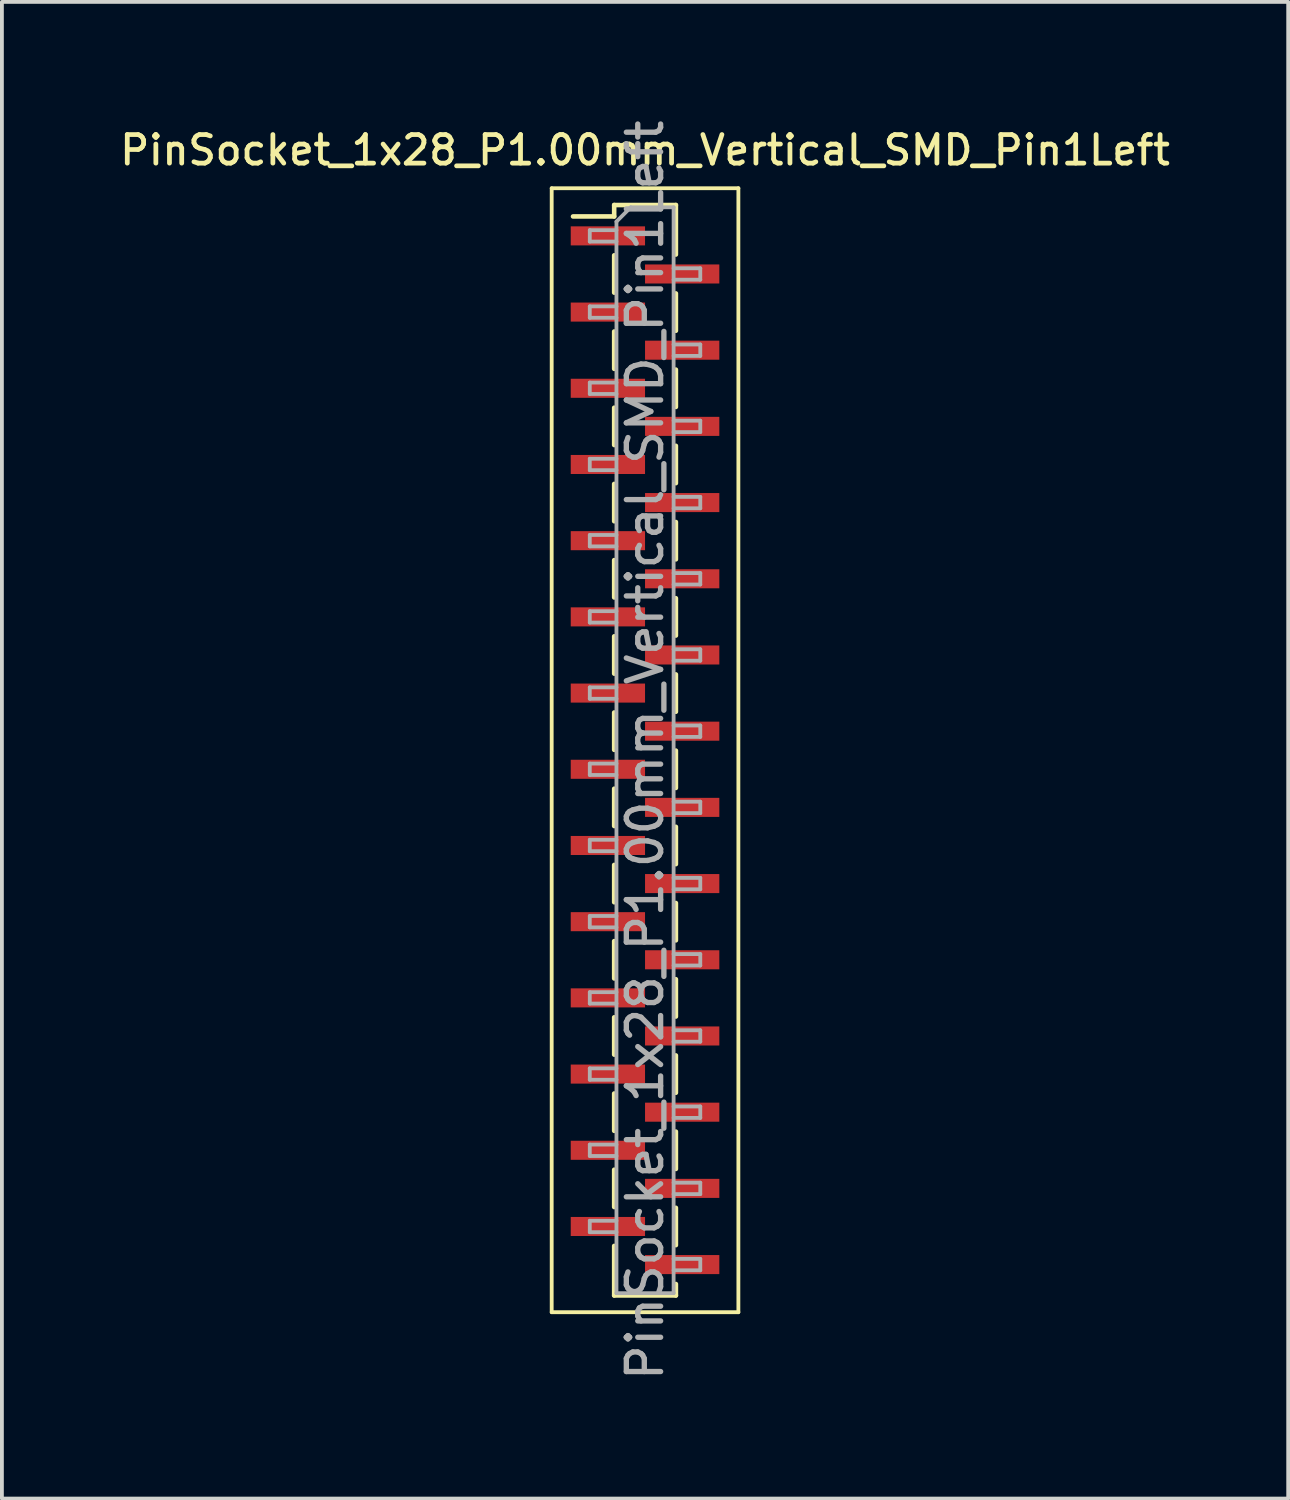
<source format=kicad_pcb>
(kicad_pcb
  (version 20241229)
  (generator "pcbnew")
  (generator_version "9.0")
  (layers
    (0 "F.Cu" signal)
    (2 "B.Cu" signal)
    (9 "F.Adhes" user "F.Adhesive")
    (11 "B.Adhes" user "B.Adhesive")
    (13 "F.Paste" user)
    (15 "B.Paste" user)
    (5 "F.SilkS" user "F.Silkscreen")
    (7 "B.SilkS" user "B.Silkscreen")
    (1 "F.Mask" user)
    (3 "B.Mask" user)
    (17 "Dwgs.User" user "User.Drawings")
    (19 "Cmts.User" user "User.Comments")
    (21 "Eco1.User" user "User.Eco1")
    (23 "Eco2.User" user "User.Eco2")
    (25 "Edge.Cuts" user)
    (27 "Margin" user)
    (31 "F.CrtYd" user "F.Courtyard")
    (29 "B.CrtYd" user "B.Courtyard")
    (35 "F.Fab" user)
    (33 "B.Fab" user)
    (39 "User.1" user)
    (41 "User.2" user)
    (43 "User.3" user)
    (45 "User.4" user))
  (footprint "PinSocket_1x28_P1.00mm_Vertical_SMD_Pin1Left"
    (layer "F.Cu")
    (at 13.88 16.641)
    (property "Reference" "PinSocket_1x28_P1.00mm_Vertical_SMD_Pin1Left" (at 0 -15.75 0) (layer "F.SilkS") (effects (font (size 0.75 0.75) (thickness 0.125))))
    (attr smd)
    (fp_line (start -2.45 -14.75) (end 2.45 -14.75) (stroke (width 0.1) (type solid)) (layer "F.SilkS"))
    (fp_line (start -2.45 14.75) (end -2.45 -14.75) (stroke (width 0.1) (type solid)) (layer "F.SilkS"))
    (fp_line (start -1.89 -14.01) (end -0.81 -14.01) (stroke (width 0.12) (type solid)) (layer "F.SilkS"))
    (fp_line (start -0.81 -14.31) (end -0.81 -14.01) (stroke (width 0.12) (type solid)) (layer "F.SilkS"))
    (fp_line (start -0.81 -14.31) (end 0.81 -14.31) (stroke (width 0.12) (type solid)) (layer "F.SilkS"))
    (fp_line (start -0.81 -12.99) (end -0.81 -12.01) (stroke (width 0.12) (type solid)) (layer "F.SilkS"))
    (fp_line (start -0.81 -10.99) (end -0.81 -10.01) (stroke (width 0.12) (type solid)) (layer "F.SilkS"))
    (fp_line (start -0.81 -8.99) (end -0.81 -8.01) (stroke (width 0.12) (type solid)) (layer "F.SilkS"))
    (fp_line (start -0.81 -6.99) (end -0.81 -6.01) (stroke (width 0.12) (type solid)) (layer "F.SilkS"))
    (fp_line (start -0.81 -4.99) (end -0.81 -4.01) (stroke (width 0.12) (type solid)) (layer "F.SilkS"))
    (fp_line (start -0.81 -2.99) (end -0.81 -2.01) (stroke (width 0.12) (type solid)) (layer "F.SilkS"))
    (fp_line (start -0.81 -0.99) (end -0.81 -0.01) (stroke (width 0.12) (type solid)) (layer "F.SilkS"))
    (fp_line (start -0.81 1.01) (end -0.81 1.99) (stroke (width 0.12) (type solid)) (layer "F.SilkS"))
    (fp_line (start -0.81 3.01) (end -0.81 3.99) (stroke (width 0.12) (type solid)) (layer "F.SilkS"))
    (fp_line (start -0.81 5.01) (end -0.81 5.99) (stroke (width 0.12) (type solid)) (layer "F.SilkS"))
    (fp_line (start -0.81 7.01) (end -0.81 7.99) (stroke (width 0.12) (type solid)) (layer "F.SilkS"))
    (fp_line (start -0.81 9.01) (end -0.81 9.99) (stroke (width 0.12) (type solid)) (layer "F.SilkS"))
    (fp_line (start -0.81 11.01) (end -0.81 11.99) (stroke (width 0.12) (type solid)) (layer "F.SilkS"))
    (fp_line (start -0.81 13.01) (end -0.81 14.31) (stroke (width 0.12) (type solid)) (layer "F.SilkS"))
    (fp_line (start -0.81 14.31) (end 0.81 14.31) (stroke (width 0.12) (type solid)) (layer "F.SilkS"))
    (fp_line (start 0.81 -14.31) (end 0.81 -13.01) (stroke (width 0.12) (type solid)) (layer "F.SilkS"))
    (fp_line (start 0.81 -11.99) (end 0.81 -11.01) (stroke (width 0.12) (type solid)) (layer "F.SilkS"))
    (fp_line (start 0.81 -9.99) (end 0.81 -9.01) (stroke (width 0.12) (type solid)) (layer "F.SilkS"))
    (fp_line (start 0.81 -7.99) (end 0.81 -7.01) (stroke (width 0.12) (type solid)) (layer "F.SilkS"))
    (fp_line (start 0.81 -5.99) (end 0.81 -5.01) (stroke (width 0.12) (type solid)) (layer "F.SilkS"))
    (fp_line (start 0.81 -3.99) (end 0.81 -3.01) (stroke (width 0.12) (type solid)) (layer "F.SilkS"))
    (fp_line (start 0.81 -1.99) (end 0.81 -1.01) (stroke (width 0.12) (type solid)) (layer "F.SilkS"))
    (fp_line (start 0.81 0.01) (end 0.81 0.99) (stroke (width 0.12) (type solid)) (layer "F.SilkS"))
    (fp_line (start 0.81 2.01) (end 0.81 2.99) (stroke (width 0.12) (type solid)) (layer "F.SilkS"))
    (fp_line (start 0.81 4.01) (end 0.81 4.99) (stroke (width 0.12) (type solid)) (layer "F.SilkS"))
    (fp_line (start 0.81 6.01) (end 0.81 6.99) (stroke (width 0.12) (type solid)) (layer "F.SilkS"))
    (fp_line (start 0.81 8.01) (end 0.81 8.99) (stroke (width 0.12) (type solid)) (layer "F.SilkS"))
    (fp_line (start 0.81 10.01) (end 0.81 10.99) (stroke (width 0.12) (type solid)) (layer "F.SilkS"))
    (fp_line (start 0.81 12.01) (end 0.81 12.99) (stroke (width 0.12) (type solid)) (layer "F.SilkS"))
    (fp_line (start 0.81 14.01) (end 0.81 14.31) (stroke (width 0.12) (type solid)) (layer "F.SilkS"))
    (fp_line (start 2.45 -14.75) (end 2.45 14.75) (stroke (width 0.1) (type solid)) (layer "F.SilkS"))
    (fp_line (start 2.45 14.75) (end -2.45 14.75) (stroke (width 0.1) (type solid)) (layer "F.SilkS"))
    (fp_line (start -1.45 -13.65) (end -0.75 -13.65) (stroke (width 0.1) (type solid)) (layer "F.Fab"))
    (fp_line (start -1.45 -13.35) (end -1.45 -13.65) (stroke (width 0.1) (type solid)) (layer "F.Fab"))
    (fp_line (start -1.45 -11.65) (end -0.75 -11.65) (stroke (width 0.1) (type solid)) (layer "F.Fab"))
    (fp_line (start -1.45 -11.35) (end -1.45 -11.65) (stroke (width 0.1) (type solid)) (layer "F.Fab"))
    (fp_line (start -1.45 -9.65) (end -0.75 -9.65) (stroke (width 0.1) (type solid)) (layer "F.Fab"))
    (fp_line (start -1.45 -9.35) (end -1.45 -9.65) (stroke (width 0.1) (type solid)) (layer "F.Fab"))
    (fp_line (start -1.45 -7.65) (end -0.75 -7.65) (stroke (width 0.1) (type solid)) (layer "F.Fab"))
    (fp_line (start -1.45 -7.35) (end -1.45 -7.65) (stroke (width 0.1) (type solid)) (layer "F.Fab"))
    (fp_line (start -1.45 -5.65) (end -0.75 -5.65) (stroke (width 0.1) (type solid)) (layer "F.Fab"))
    (fp_line (start -1.45 -5.35) (end -1.45 -5.65) (stroke (width 0.1) (type solid)) (layer "F.Fab"))
    (fp_line (start -1.45 -3.65) (end -0.75 -3.65) (stroke (width 0.1) (type solid)) (layer "F.Fab"))
    (fp_line (start -1.45 -3.35) (end -1.45 -3.65) (stroke (width 0.1) (type solid)) (layer "F.Fab"))
    (fp_line (start -1.45 -1.65) (end -0.75 -1.65) (stroke (width 0.1) (type solid)) (layer "F.Fab"))
    (fp_line (start -1.45 -1.35) (end -1.45 -1.65) (stroke (width 0.1) (type solid)) (layer "F.Fab"))
    (fp_line (start -1.45 0.35) (end -0.75 0.35) (stroke (width 0.1) (type solid)) (layer "F.Fab"))
    (fp_line (start -1.45 0.65) (end -1.45 0.35) (stroke (width 0.1) (type solid)) (layer "F.Fab"))
    (fp_line (start -1.45 2.35) (end -0.75 2.35) (stroke (width 0.1) (type solid)) (layer "F.Fab"))
    (fp_line (start -1.45 2.65) (end -1.45 2.35) (stroke (width 0.1) (type solid)) (layer "F.Fab"))
    (fp_line (start -1.45 4.35) (end -0.75 4.35) (stroke (width 0.1) (type solid)) (layer "F.Fab"))
    (fp_line (start -1.45 4.65) (end -1.45 4.35) (stroke (width 0.1) (type solid)) (layer "F.Fab"))
    (fp_line (start -1.45 6.35) (end -0.75 6.35) (stroke (width 0.1) (type solid)) (layer "F.Fab"))
    (fp_line (start -1.45 6.65) (end -1.45 6.35) (stroke (width 0.1) (type solid)) (layer "F.Fab"))
    (fp_line (start -1.45 8.35) (end -0.75 8.35) (stroke (width 0.1) (type solid)) (layer "F.Fab"))
    (fp_line (start -1.45 8.65) (end -1.45 8.35) (stroke (width 0.1) (type solid)) (layer "F.Fab"))
    (fp_line (start -1.45 10.35) (end -0.75 10.35) (stroke (width 0.1) (type solid)) (layer "F.Fab"))
    (fp_line (start -1.45 10.65) (end -1.45 10.35) (stroke (width 0.1) (type solid)) (layer "F.Fab"))
    (fp_line (start -1.45 12.35) (end -0.75 12.35) (stroke (width 0.1) (type solid)) (layer "F.Fab"))
    (fp_line (start -1.45 12.65) (end -1.45 12.35) (stroke (width 0.1) (type solid)) (layer "F.Fab"))
    (fp_line (start -0.75 -13.875) (end -0.375 -14.25) (stroke (width 0.1) (type solid)) (layer "F.Fab"))
    (fp_line (start -0.75 -13.35) (end -1.45 -13.35) (stroke (width 0.1) (type solid)) (layer "F.Fab"))
    (fp_line (start -0.75 -11.35) (end -1.45 -11.35) (stroke (width 0.1) (type solid)) (layer "F.Fab"))
    (fp_line (start -0.75 -9.35) (end -1.45 -9.35) (stroke (width 0.1) (type solid)) (layer "F.Fab"))
    (fp_line (start -0.75 -7.35) (end -1.45 -7.35) (stroke (width 0.1) (type solid)) (layer "F.Fab"))
    (fp_line (start -0.75 -5.35) (end -1.45 -5.35) (stroke (width 0.1) (type solid)) (layer "F.Fab"))
    (fp_line (start -0.75 -3.35) (end -1.45 -3.35) (stroke (width 0.1) (type solid)) (layer "F.Fab"))
    (fp_line (start -0.75 -1.35) (end -1.45 -1.35) (stroke (width 0.1) (type solid)) (layer "F.Fab"))
    (fp_line (start -0.75 0.65) (end -1.45 0.65) (stroke (width 0.1) (type solid)) (layer "F.Fab"))
    (fp_line (start -0.75 2.65) (end -1.45 2.65) (stroke (width 0.1) (type solid)) (layer "F.Fab"))
    (fp_line (start -0.75 4.65) (end -1.45 4.65) (stroke (width 0.1) (type solid)) (layer "F.Fab"))
    (fp_line (start -0.75 6.65) (end -1.45 6.65) (stroke (width 0.1) (type solid)) (layer "F.Fab"))
    (fp_line (start -0.75 8.65) (end -1.45 8.65) (stroke (width 0.1) (type solid)) (layer "F.Fab"))
    (fp_line (start -0.75 10.65) (end -1.45 10.65) (stroke (width 0.1) (type solid)) (layer "F.Fab"))
    (fp_line (start -0.75 12.65) (end -1.45 12.65) (stroke (width 0.1) (type solid)) (layer "F.Fab"))
    (fp_line (start -0.75 14.25) (end -0.75 -13.875) (stroke (width 0.1) (type solid)) (layer "F.Fab"))
    (fp_line (start -0.375 -14.25) (end 0.75 -14.25) (stroke (width 0.1) (type solid)) (layer "F.Fab"))
    (fp_line (start 0.75 -14.25) (end 0.75 14.25) (stroke (width 0.1) (type solid)) (layer "F.Fab"))
    (fp_line (start 0.75 -12.65) (end 1.45 -12.65) (stroke (width 0.1) (type solid)) (layer "F.Fab"))
    (fp_line (start 0.75 -10.65) (end 1.45 -10.65) (stroke (width 0.1) (type solid)) (layer "F.Fab"))
    (fp_line (start 0.75 -8.65) (end 1.45 -8.65) (stroke (width 0.1) (type solid)) (layer "F.Fab"))
    (fp_line (start 0.75 -6.65) (end 1.45 -6.65) (stroke (width 0.1) (type solid)) (layer "F.Fab"))
    (fp_line (start 0.75 -4.65) (end 1.45 -4.65) (stroke (width 0.1) (type solid)) (layer "F.Fab"))
    (fp_line (start 0.75 -2.65) (end 1.45 -2.65) (stroke (width 0.1) (type solid)) (layer "F.Fab"))
    (fp_line (start 0.75 -0.65) (end 1.45 -0.65) (stroke (width 0.1) (type solid)) (layer "F.Fab"))
    (fp_line (start 0.75 1.35) (end 1.45 1.35) (stroke (width 0.1) (type solid)) (layer "F.Fab"))
    (fp_line (start 0.75 3.35) (end 1.45 3.35) (stroke (width 0.1) (type solid)) (layer "F.Fab"))
    (fp_line (start 0.75 5.35) (end 1.45 5.35) (stroke (width 0.1) (type solid)) (layer "F.Fab"))
    (fp_line (start 0.75 7.35) (end 1.45 7.35) (stroke (width 0.1) (type solid)) (layer "F.Fab"))
    (fp_line (start 0.75 9.35) (end 1.45 9.35) (stroke (width 0.1) (type solid)) (layer "F.Fab"))
    (fp_line (start 0.75 11.35) (end 1.45 11.35) (stroke (width 0.1) (type solid)) (layer "F.Fab"))
    (fp_line (start 0.75 13.35) (end 1.45 13.35) (stroke (width 0.1) (type solid)) (layer "F.Fab"))
    (fp_line (start 0.75 14.25) (end -0.75 14.25) (stroke (width 0.1) (type solid)) (layer "F.Fab"))
    (fp_line (start 1.45 -12.65) (end 1.45 -12.35) (stroke (width 0.1) (type solid)) (layer "F.Fab"))
    (fp_line (start 1.45 -12.35) (end 0.75 -12.35) (stroke (width 0.1) (type solid)) (layer "F.Fab"))
    (fp_line (start 1.45 -10.65) (end 1.45 -10.35) (stroke (width 0.1) (type solid)) (layer "F.Fab"))
    (fp_line (start 1.45 -10.35) (end 0.75 -10.35) (stroke (width 0.1) (type solid)) (layer "F.Fab"))
    (fp_line (start 1.45 -8.65) (end 1.45 -8.35) (stroke (width 0.1) (type solid)) (layer "F.Fab"))
    (fp_line (start 1.45 -8.35) (end 0.75 -8.35) (stroke (width 0.1) (type solid)) (layer "F.Fab"))
    (fp_line (start 1.45 -6.65) (end 1.45 -6.35) (stroke (width 0.1) (type solid)) (layer "F.Fab"))
    (fp_line (start 1.45 -6.35) (end 0.75 -6.35) (stroke (width 0.1) (type solid)) (layer "F.Fab"))
    (fp_line (start 1.45 -4.65) (end 1.45 -4.35) (stroke (width 0.1) (type solid)) (layer "F.Fab"))
    (fp_line (start 1.45 -4.35) (end 0.75 -4.35) (stroke (width 0.1) (type solid)) (layer "F.Fab"))
    (fp_line (start 1.45 -2.65) (end 1.45 -2.35) (stroke (width 0.1) (type solid)) (layer "F.Fab"))
    (fp_line (start 1.45 -2.35) (end 0.75 -2.35) (stroke (width 0.1) (type solid)) (layer "F.Fab"))
    (fp_line (start 1.45 -0.65) (end 1.45 -0.35) (stroke (width 0.1) (type solid)) (layer "F.Fab"))
    (fp_line (start 1.45 -0.35) (end 0.75 -0.35) (stroke (width 0.1) (type solid)) (layer "F.Fab"))
    (fp_line (start 1.45 1.35) (end 1.45 1.65) (stroke (width 0.1) (type solid)) (layer "F.Fab"))
    (fp_line (start 1.45 1.65) (end 0.75 1.65) (stroke (width 0.1) (type solid)) (layer "F.Fab"))
    (fp_line (start 1.45 3.35) (end 1.45 3.65) (stroke (width 0.1) (type solid)) (layer "F.Fab"))
    (fp_line (start 1.45 3.65) (end 0.75 3.65) (stroke (width 0.1) (type solid)) (layer "F.Fab"))
    (fp_line (start 1.45 5.35) (end 1.45 5.65) (stroke (width 0.1) (type solid)) (layer "F.Fab"))
    (fp_line (start 1.45 5.65) (end 0.75 5.65) (stroke (width 0.1) (type solid)) (layer "F.Fab"))
    (fp_line (start 1.45 7.35) (end 1.45 7.65) (stroke (width 0.1) (type solid)) (layer "F.Fab"))
    (fp_line (start 1.45 7.65) (end 0.75 7.65) (stroke (width 0.1) (type solid)) (layer "F.Fab"))
    (fp_line (start 1.45 9.35) (end 1.45 9.65) (stroke (width 0.1) (type solid)) (layer "F.Fab"))
    (fp_line (start 1.45 9.65) (end 0.75 9.65) (stroke (width 0.1) (type solid)) (layer "F.Fab"))
    (fp_line (start 1.45 11.35) (end 1.45 11.65) (stroke (width 0.1) (type solid)) (layer "F.Fab"))
    (fp_line (start 1.45 11.65) (end 0.75 11.65) (stroke (width 0.1) (type solid)) (layer "F.Fab"))
    (fp_line (start 1.45 13.35) (end 1.45 13.65) (stroke (width 0.1) (type solid)) (layer "F.Fab"))
    (fp_line (start 1.45 13.65) (end 0.75 13.65) (stroke (width 0.1) (type solid)) (layer "F.Fab"))
    (fp_text user "${REFERENCE}" (at 0 0 90) (layer "F.Fab") (effects (font (size 0.9 0.9) (thickness 0.14))))
    (pad "1" smd rect (at -0.975 -13.5) (size 1.95 0.5) (layers "F.Cu" "F.Mask" "F.Paste"))
    (pad "2" smd rect (at 0.975 -12.5) (size 1.95 0.5) (layers "F.Cu" "F.Mask" "F.Paste"))
    (pad "3" smd rect (at -0.975 -11.5) (size 1.95 0.5) (layers "F.Cu" "F.Mask" "F.Paste"))
    (pad "4" smd rect (at 0.975 -10.5) (size 1.95 0.5) (layers "F.Cu" "F.Mask" "F.Paste"))
    (pad "5" smd rect (at -0.975 -9.5) (size 1.95 0.5) (layers "F.Cu" "F.Mask" "F.Paste"))
    (pad "6" smd rect (at 0.975 -8.5) (size 1.95 0.5) (layers "F.Cu" "F.Mask" "F.Paste"))
    (pad "7" smd rect (at -0.975 -7.5) (size 1.95 0.5) (layers "F.Cu" "F.Mask" "F.Paste"))
    (pad "8" smd rect (at 0.975 -6.5) (size 1.95 0.5) (layers "F.Cu" "F.Mask" "F.Paste"))
    (pad "9" smd rect (at -0.975 -5.5) (size 1.95 0.5) (layers "F.Cu" "F.Mask" "F.Paste"))
    (pad "10" smd rect (at 0.975 -4.5) (size 1.95 0.5) (layers "F.Cu" "F.Mask" "F.Paste"))
    (pad "11" smd rect (at -0.975 -3.5) (size 1.95 0.5) (layers "F.Cu" "F.Mask" "F.Paste"))
    (pad "12" smd rect (at 0.975 -2.5) (size 1.95 0.5) (layers "F.Cu" "F.Mask" "F.Paste"))
    (pad "13" smd rect (at -0.975 -1.5) (size 1.95 0.5) (layers "F.Cu" "F.Mask" "F.Paste"))
    (pad "14" smd rect (at 0.975 -0.5) (size 1.95 0.5) (layers "F.Cu" "F.Mask" "F.Paste"))
    (pad "15" smd rect (at -0.975 0.5) (size 1.95 0.5) (layers "F.Cu" "F.Mask" "F.Paste"))
    (pad "16" smd rect (at 0.975 1.5) (size 1.95 0.5) (layers "F.Cu" "F.Mask" "F.Paste"))
    (pad "17" smd rect (at -0.975 2.5) (size 1.95 0.5) (layers "F.Cu" "F.Mask" "F.Paste"))
    (pad "18" smd rect (at 0.975 3.5) (size 1.95 0.5) (layers "F.Cu" "F.Mask" "F.Paste"))
    (pad "19" smd rect (at -0.975 4.5) (size 1.95 0.5) (layers "F.Cu" "F.Mask" "F.Paste"))
    (pad "20" smd rect (at 0.975 5.5) (size 1.95 0.5) (layers "F.Cu" "F.Mask" "F.Paste"))
    (pad "21" smd rect (at -0.975 6.5) (size 1.95 0.5) (layers "F.Cu" "F.Mask" "F.Paste"))
    (pad "22" smd rect (at 0.975 7.5) (size 1.95 0.5) (layers "F.Cu" "F.Mask" "F.Paste"))
    (pad "23" smd rect (at -0.975 8.5) (size 1.95 0.5) (layers "F.Cu" "F.Mask" "F.Paste"))
    (pad "24" smd rect (at 0.975 9.5) (size 1.95 0.5) (layers "F.Cu" "F.Mask" "F.Paste"))
    (pad "25" smd rect (at -0.975 10.5) (size 1.95 0.5) (layers "F.Cu" "F.Mask" "F.Paste"))
    (pad "26" smd rect (at 0.975 11.5) (size 1.95 0.5) (layers "F.Cu" "F.Mask" "F.Paste"))
    (pad "27" smd rect (at -0.975 12.5) (size 1.95 0.5) (layers "F.Cu" "F.Mask" "F.Paste"))
    (pad "28" smd rect (at 0.975 13.5) (size 1.95 0.5) (layers "F.Cu" "F.Mask" "F.Paste")))
  (gr_rect
    (start -3 -3)
    (end 30.761 36.283)
    (stroke (width 0.1) (type default))
    (fill no)
    (layer "Edge.Cuts")))
</source>
